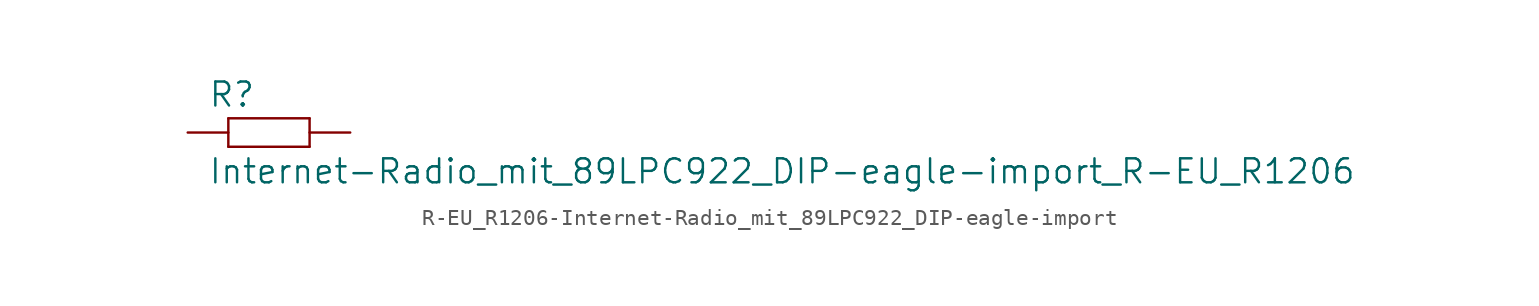
<source format=kicad_sym>
(kicad_symbol_lib
  (version 20220914)
  (generator kicad_symbol_editor)
  (symbol "R-EU_R1206-Internet-Radio_mit_89LPC922_DIP-eagle-import"
    (pin_names
      (offset 1.016))
    (property "Reference" "R"
      (at -3.81 1.499 0)
      (effects (font (size 1.499 1.499)) (justify left bottom)))
    (property "Value" "Internet-Radio_mit_89LPC922_DIP-eagle-import_R-EU_R1206"
      (at -3.81 -3.302 0)
      (effects (font (size 1.499 1.499)) (justify left bottom)))
    (property "ki_locked" ""
      (at 0 0 0)
      (effects (font (size 1.27 1.27))))
    (symbol "R-EU_R1206-Internet-Radio_mit_89LPC922_DIP-eagle-import_1_0"
      (polyline (pts (xy -2.54 -0.889) (xy -2.54 0.889)) (stroke (width 0) (type solid)) (fill (type none)))
      (polyline (pts (xy -2.54 -0.889) (xy 2.54 -0.889)) (stroke (width 0) (type solid)) (fill (type none)))
      (polyline (pts (xy 2.54 -0.889) (xy 2.54 0.889)) (stroke (width 0) (type solid)) (fill (type none)))
      (polyline (pts (xy 2.54 0.889) (xy -2.54 0.889)) (stroke (width 0) (type solid)) (fill (type none)))
      (pin passive line (at -5.08 0 0) (length 2.54) (name "1" (effects (font (size 0 0)))) (number "1" (effects (font (size 0 0)))))
      (pin passive line (at 5.08 0 180) (length 2.54) (name "2" (effects (font (size 0 0)))) (number "2" (effects (font (size 0 0))))))))
</source>
